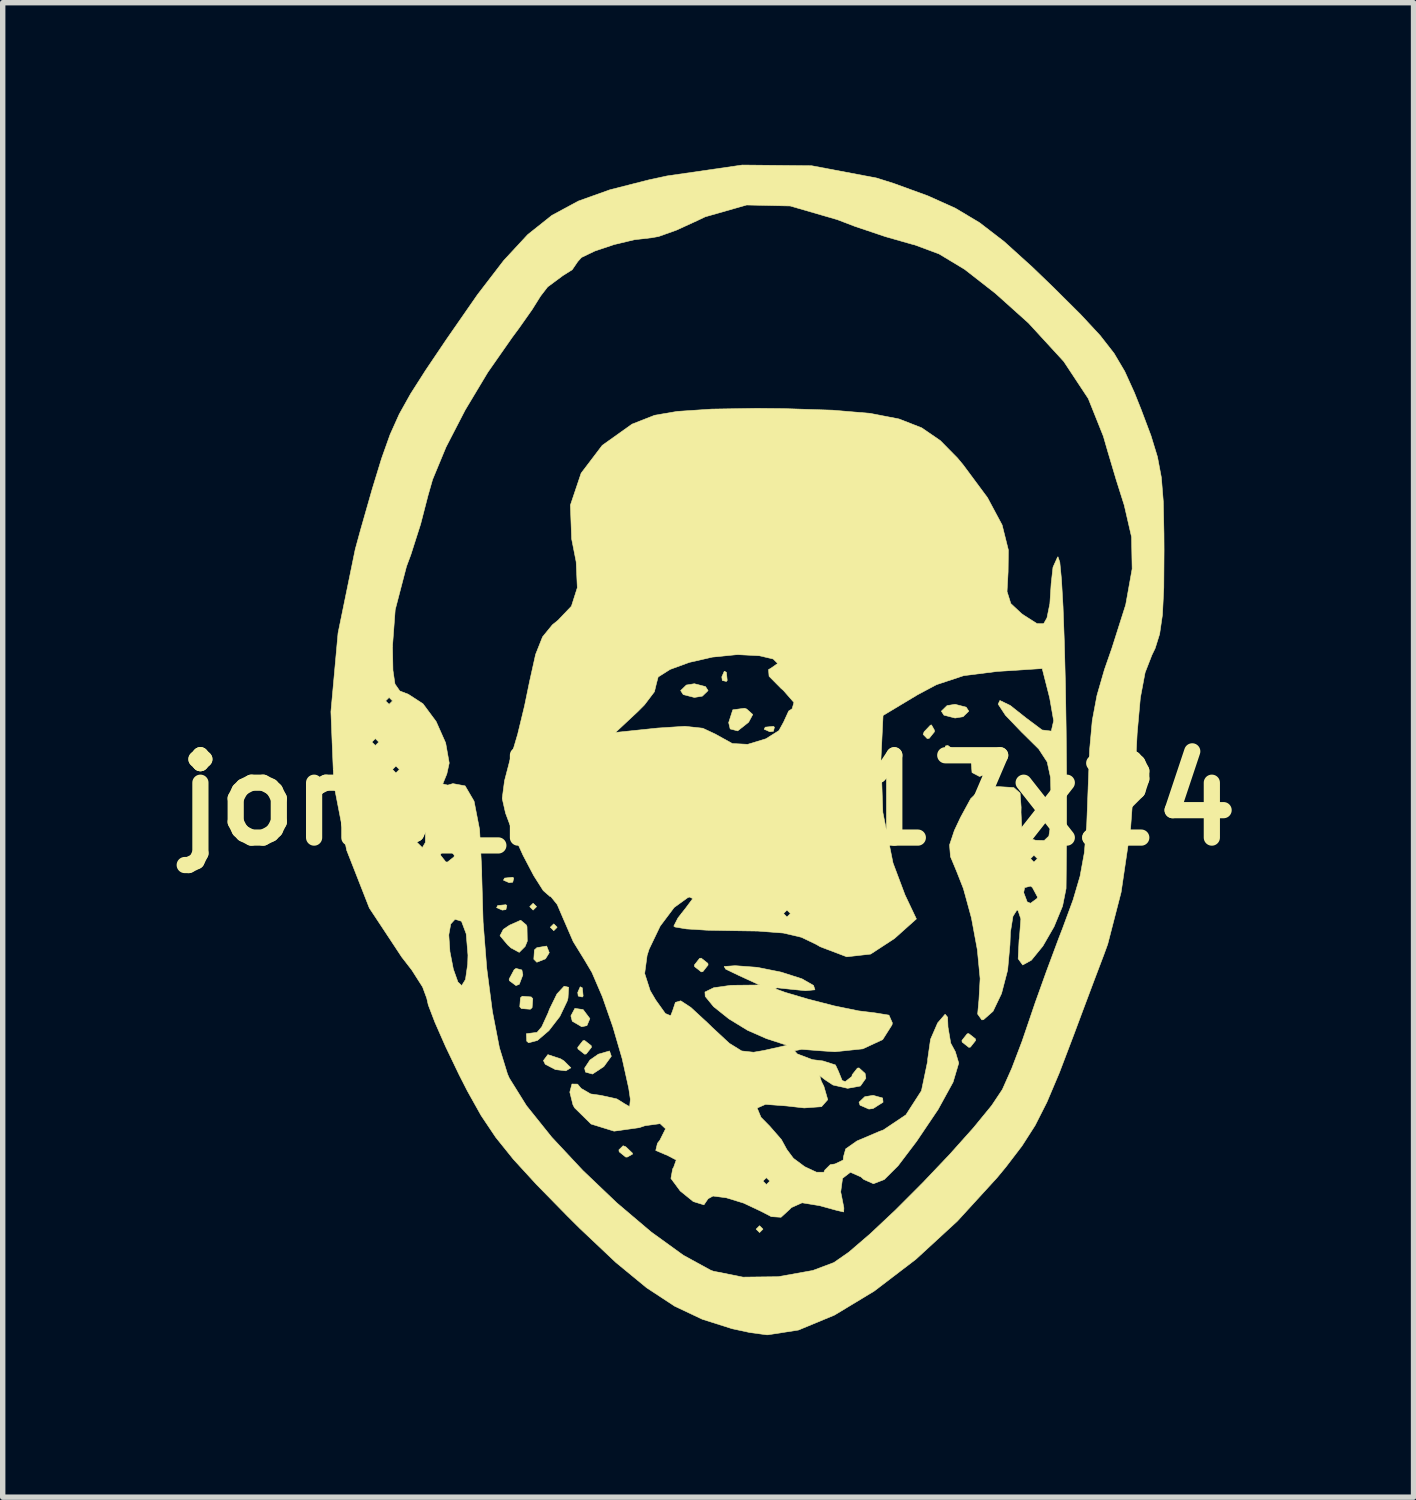
<source format=kicad_pcb>
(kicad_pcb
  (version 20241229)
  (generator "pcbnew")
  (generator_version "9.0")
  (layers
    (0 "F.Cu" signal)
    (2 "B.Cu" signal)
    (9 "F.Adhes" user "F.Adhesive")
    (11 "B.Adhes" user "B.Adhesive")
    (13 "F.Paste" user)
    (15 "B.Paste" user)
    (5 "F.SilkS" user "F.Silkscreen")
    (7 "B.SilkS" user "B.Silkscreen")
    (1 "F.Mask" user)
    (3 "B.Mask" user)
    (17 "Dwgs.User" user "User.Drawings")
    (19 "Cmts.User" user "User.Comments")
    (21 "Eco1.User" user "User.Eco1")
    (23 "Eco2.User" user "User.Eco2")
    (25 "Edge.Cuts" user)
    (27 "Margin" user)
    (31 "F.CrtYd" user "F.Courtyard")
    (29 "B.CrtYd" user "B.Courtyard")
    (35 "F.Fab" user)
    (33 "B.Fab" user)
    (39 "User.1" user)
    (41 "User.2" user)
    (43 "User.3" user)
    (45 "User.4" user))
  (footprint "jons_head_17x24"
    (layer "F.Cu")
    (at 10.058 11.766)
    (property "Reference" "jons_head_17x24" (at 0 0 0) (layer "F.SilkS") (effects (font (size 1.524 1.524) (thickness 0.3))))
    (attr through_hole)
    (fp_poly (pts (xy -3.175 1.968) (xy -3.239 2.032) (xy -3.302 1.968) (xy -3.239 1.905) (xy -3.175 1.968)) (stroke (width 0.01) (type solid)) (fill yes) (layer "F.SilkS"))
    (fp_poly (pts (xy -2.794 2.349) (xy -2.857 2.413) (xy -2.921 2.349) (xy -2.857 2.286) (xy -2.794 2.349)) (stroke (width 0.01) (type solid)) (fill yes) (layer "F.SilkS"))
    (fp_poly (pts (xy 1.016 7.938) (xy 0.953 8.001) (xy 0.889 7.938) (xy 0.953 7.874) (xy 1.016 7.938)) (stroke (width 0.01) (type solid)) (fill yes) (layer "F.SilkS"))
    (fp_poly (pts (xy -3.725 1.947) (xy -3.743 2.023) (xy -3.81 2.032) (xy -3.915 1.986) (xy -3.895 1.947) (xy -3.744 1.932) (xy -3.725 1.947)) (stroke (width 0.01) (type solid)) (fill yes) (layer "F.SilkS"))
    (fp_poly (pts (xy -3.598 1.439) (xy -3.616 1.515) (xy -3.683 1.524) (xy -3.788 1.478) (xy -3.768 1.439) (xy -3.617 1.424) (xy -3.598 1.439)) (stroke (width 0.01) (type solid)) (fill yes) (layer "F.SilkS"))
    (fp_poly (pts (xy -2.328 3.471) (xy -2.313 3.622) (xy -2.328 3.641) (xy -2.404 3.623) (xy -2.413 3.556) (xy -2.367 3.451) (xy -2.328 3.471)) (stroke (width 0.01) (type solid)) (fill yes) (layer "F.SilkS"))
    (fp_poly (pts (xy 0.339 -2.371) (xy 0.354 -2.22) (xy 0.339 -2.201) (xy 0.263 -2.219) (xy 0.254 -2.286) (xy 0.3 -2.391) (xy 0.339 -2.371)) (stroke (width 0.01) (type solid)) (fill yes) (layer "F.SilkS"))
    (fp_poly (pts (xy 1.228 -1.355) (xy 1.21 -1.279) (xy 1.143 -1.27) (xy 1.038 -1.316) (xy 1.058 -1.355) (xy 1.209 -1.37) (xy 1.228 -1.355)) (stroke (width 0.01) (type solid)) (fill yes) (layer "F.SilkS"))
    (fp_poly (pts (xy -2.94 2.82) (xy -3.01 2.934) (xy -3.17 2.997) (xy -3.226 2.941) (xy -3.215 2.769) (xy -3.169 2.727) (xy -2.988 2.697) (xy -2.94 2.82)) (stroke (width 0.01) (type solid)) (fill yes) (layer "F.SilkS"))
    (fp_poly (pts (xy -2.314 3.873) (xy -2.188 4.04) (xy -2.243 4.17) (xy -2.339 4.191) (xy -2.514 4.089) (xy -2.54 3.99) (xy -2.466 3.851) (xy -2.314 3.873)) (stroke (width 0.01) (type solid)) (fill yes) (layer "F.SilkS"))
    (fp_poly (pts (xy -3.447 3.14) (xy -3.429 3.231) (xy -3.495 3.405) (xy -3.556 3.429) (xy -3.679 3.338) (xy -3.683 3.309) (xy -3.591 3.137) (xy -3.556 3.111) (xy -3.447 3.14)) (stroke (width 0.01) (type solid)) (fill yes) (layer "F.SilkS"))
    (fp_poly (pts (xy -3.274 3.639) (xy -3.245 3.672) (xy -3.258 3.838) (xy -3.291 3.867) (xy -3.457 3.854) (xy -3.486 3.821) (xy -3.473 3.655) (xy -3.44 3.626) (xy -3.274 3.639)) (stroke (width 0.01) (type solid)) (fill yes) (layer "F.SilkS"))
    (fp_poly (pts (xy -2.732 4.784) (xy -2.671 4.821) (xy -2.54 4.951) (xy -2.633 5.007) (xy -2.826 4.984) (xy -3.014 4.886) (xy -3.048 4.817) (xy -2.966 4.707) (xy -2.732 4.784)) (stroke (width 0.01) (type solid)) (fill yes) (layer "F.SilkS"))
    (fp_poly (pts (xy -2.163 4.542) (xy -2.159 4.572) (xy -2.256 4.695) (xy -2.286 4.699) (xy -2.409 4.602) (xy -2.413 4.572) (xy -2.316 4.449) (xy -2.286 4.445) (xy -2.163 4.542)) (stroke (width 0.01) (type solid)) (fill yes) (layer "F.SilkS"))
    (fp_poly (pts (xy -1.791 4.737) (xy -1.93 4.928) (xy -2.14 5.067) (xy -2.27 5.03) (xy -2.286 4.957) (xy -2.187 4.807) (xy -2.032 4.699) (xy -1.825 4.639) (xy -1.791 4.737)) (stroke (width 0.01) (type solid)) (fill yes) (layer "F.SilkS"))
    (fp_poly (pts (xy -1.524 6.413) (xy -1.403 6.528) (xy -1.397 6.548) (xy -1.495 6.603) (xy -1.524 6.604) (xy -1.646 6.506) (xy -1.651 6.47) (xy -1.573 6.394) (xy -1.524 6.413)) (stroke (width 0.01) (type solid)) (fill yes) (layer "F.SilkS"))
    (fp_poly (pts (xy -0.048 -2.106) (xy 0 -2.032) (xy -0.106 -1.929) (xy -0.254 -1.905) (xy -0.46 -1.958) (xy -0.508 -2.032) (xy -0.402 -2.135) (xy -0.254 -2.159) (xy -0.048 -2.106)) (stroke (width 0.01) (type solid)) (fill yes) (layer "F.SilkS"))
    (fp_poly (pts (xy -0.004 3.018) (xy 0 3.048) (xy -0.097 3.171) (xy -0.127 3.175) (xy -0.25 3.078) (xy -0.254 3.048) (xy -0.157 2.925) (xy -0.127 2.921) (xy -0.004 3.018)) (stroke (width 0.01) (type solid)) (fill yes) (layer "F.SilkS"))
    (fp_poly (pts (xy 0.714 -1.691) (xy 0.827 -1.589) (xy 0.75 -1.446) (xy 0.548 -1.286) (xy 0.409 -1.322) (xy 0.381 -1.439) (xy 0.457 -1.676) (xy 0.673 -1.705) (xy 0.714 -1.691)) (stroke (width 0.01) (type solid)) (fill yes) (layer "F.SilkS"))
    (fp_poly (pts (xy 3.231 5.51) (xy 3.239 5.588) (xy 3.055 5.705) (xy 2.977 5.715) (xy 2.813 5.644) (xy 2.794 5.588) (xy 2.901 5.486) (xy 3.055 5.461) (xy 3.231 5.51)) (stroke (width 0.01) (type solid)) (fill yes) (layer "F.SilkS"))
    (fp_poly (pts (xy 4.19 -1.299) (xy 4.191 -1.27) (xy 4.093 -1.148) (xy 4.057 -1.143) (xy 3.981 -1.221) (xy 4 -1.27) (xy 4.115 -1.391) (xy 4.135 -1.397) (xy 4.19 -1.299)) (stroke (width 0.01) (type solid)) (fill yes) (layer "F.SilkS"))
    (fp_poly (pts (xy 4.567 -0.924) (xy 4.572 -0.889) (xy 4.529 -0.765) (xy 4.516 -0.762) (xy 4.408 -0.851) (xy 4.381 -0.889) (xy 4.392 -1.006) (xy 4.438 -1.016) (xy 4.567 -0.924)) (stroke (width 0.01) (type solid)) (fill yes) (layer "F.SilkS"))
    (fp_poly (pts (xy 4.778 -1.725) (xy 4.826 -1.651) (xy 4.72 -1.548) (xy 4.572 -1.524) (xy 4.366 -1.577) (xy 4.318 -1.651) (xy 4.424 -1.754) (xy 4.572 -1.778) (xy 4.778 -1.725)) (stroke (width 0.01) (type solid)) (fill yes) (layer "F.SilkS"))
    (fp_poly (pts (xy 4.949 4.415) (xy 4.953 4.445) (xy 4.856 4.568) (xy 4.826 4.572) (xy 4.703 4.475) (xy 4.699 4.445) (xy 4.796 4.322) (xy 4.826 4.318) (xy 4.949 4.415)) (stroke (width 0.01) (type solid)) (fill yes) (layer "F.SilkS"))
    (fp_poly (pts (xy 5.387 -0.823) (xy 5.384 -0.708) (xy 5.229 -0.514) (xy 5.024 -0.442) (xy 4.886 -0.514) (xy 4.87 -0.72) (xy 5.047 -0.863) (xy 5.211 -0.889) (xy 5.387 -0.823)) (stroke (width 0.01) (type solid)) (fill yes) (layer "F.SilkS"))
    (fp_poly (pts (xy -3.365 2.307) (xy -3.352 2.339) (xy -3.347 2.607) (xy -3.387 2.705) (xy -3.496 2.814) (xy -3.648 2.732) (xy -3.709 2.676) (xy -3.852 2.506) (xy -3.791 2.388) (xy -3.674 2.31) (xy -3.469 2.219) (xy -3.365 2.307)) (stroke (width 0.01) (type solid)) (fill yes) (layer "F.SilkS"))
    (fp_poly (pts (xy -2.581 3.46) (xy -2.593 3.66) (xy -2.608 3.715) (xy -2.744 4) (xy -2.947 4.263) (xy -3.16 4.445) (xy -3.322 4.488) (xy -3.357 4.458) (xy -3.364 4.32) (xy -3.166 4.295) (xy -3.08 4.194) (xy -2.961 3.934) (xy -2.936 3.866) (xy -2.798 3.584) (xy -2.665 3.441) (xy -2.581 3.46)) (stroke (width 0.01) (type solid)) (fill yes) (layer "F.SilkS"))
    (fp_poly (pts (xy 1.917 -11.748) (xy 3.118 -11.521) (xy 3.438 -11.42) (xy 4.067 -11.191) (xy 4.575 -10.963) (xy 5.024 -10.695) (xy 5.479 -10.345) (xy 6.001 -9.873) (xy 6.394 -9.494) (xy 6.898 -8.993) (xy 7.258 -8.605) (xy 7.516 -8.274) (xy 7.713 -7.941) (xy 7.892 -7.547) (xy 8.015 -7.239) (xy 8.198 -6.753) (xy 8.319 -6.358) (xy 8.391 -5.976) (xy 8.427 -5.528) (xy 8.439 -4.936) (xy 8.441 -4.636) (xy 8.436 -3.935) (xy 8.411 -3.435) (xy 8.359 -3.079) (xy 8.276 -2.814) (xy 8.216 -2.69) (xy 8.09 -2.366) (xy 8.002 -1.898) (xy 7.943 -1.241) (xy 7.926 -0.912) (xy 7.822 0.507) (xy 7.646 1.701) (xy 7.398 2.662) (xy 7.327 2.857) (xy 7.148 3.329) (xy 6.935 3.897) (xy 6.778 4.318) (xy 6.503 5.042) (xy 6.272 5.588) (xy 6.054 6.018) (xy 5.812 6.396) (xy 5.515 6.785) (xy 5.35 6.985) (xy 4.614 7.79) (xy 3.845 8.497) (xy 3.075 9.085) (xy 2.34 9.529) (xy 1.672 9.806) (xy 1.106 9.894) (xy 1.08 9.893) (xy 0.769 9.851) (xy 0.445 9.781) (xy -0.107 9.606) (xy -0.619 9.364) (xy -1.138 9.023) (xy -1.709 8.553) (xy -2.377 7.922) (xy -2.603 7.697) (xy -3.176 7.112) (xy -3.605 6.644) (xy -3.932 6.237) (xy -4.202 5.834) (xy -4.455 5.382) (xy -4.609 5.08) (xy -4.858 4.561) (xy -5.056 4.111) (xy -5.18 3.787) (xy -5.208 3.663) (xy -5.285 3.455) (xy -5.485 3.141) (xy -5.671 2.901) (xy -5.942 2.49) (xy -4.8 2.49) (xy -4.779 2.8) (xy -4.716 3.124) (xy -4.631 3.363) (xy -4.561 3.429) (xy -4.491 3.316) (xy -4.45 3.029) (xy -4.445 2.865) (xy -4.478 2.47) (xy -4.565 2.238) (xy -4.685 2.202) (xy -4.764 2.289) (xy -4.8 2.49) (xy -5.942 2.49) (xy -6.271 1.993) (xy -6.654 1.016) (xy -4.953 1.016) (xy -4.856 1.139) (xy -4.826 1.143) (xy -4.703 1.046) (xy -4.699 1.016) (xy -4.796 0.893) (xy -4.826 0.889) (xy -4.949 0.986) (xy -4.953 1.016) (xy -6.654 1.016) (xy -6.691 0.922) (xy -6.746 0.639) (xy -5.43 0.639) (xy -5.387 0.779) (xy -5.29 0.875) (xy -5.234 0.78) (xy -5.233 0.581) (xy -5.257 0.542) (xy -5.379 0.513) (xy -5.43 0.639) (xy -6.746 0.639) (xy -6.928 -0.295) (xy -6.939 -0.572) (xy -5.842 -0.572) (xy -5.779 -0.508) (xy -5.715 -0.572) (xy -5.779 -0.635) (xy -5.842 -0.572) (xy -6.939 -0.572) (xy -6.96 -1.079) (xy -6.223 -1.079) (xy -6.16 -1.016) (xy -6.096 -1.079) (xy -6.16 -1.143) (xy -6.223 -1.079) (xy -6.96 -1.079) (xy -6.982 -1.641) (xy -6.964 -1.841) (xy -5.969 -1.841) (xy -5.905 -1.778) (xy -5.842 -1.841) (xy -5.905 -1.905) (xy -5.969 -1.841) (xy -6.964 -1.841) (xy -6.872 -2.855) (xy -5.842 -2.855) (xy -5.834 -2.409) (xy -5.796 -2.153) (xy -5.707 -2.025) (xy -5.547 -1.963) (xy -5.546 -1.962) (xy -5.278 -1.788) (xy -5.034 -1.459) (xy -4.858 -1.063) (xy -4.792 -0.691) (xy -4.836 -0.49) (xy -4.912 -0.304) (xy -4.819 -0.282) (xy -4.724 -0.31) (xy -4.498 -0.268) (xy -4.332 0.016) (xy -4.23 0.54) (xy -4.19 1.3) (xy -4.19 1.384) (xy -4.165 2.252) (xy -4.097 3.112) (xy -3.993 3.907) (xy -3.863 4.579) (xy -3.713 5.067) (xy -3.679 5.144) (xy -3.363 5.651) (xy -2.894 6.236) (xy -2.319 6.851) (xy -1.689 7.452) (xy -1.053 7.991) (xy -0.458 8.421) (xy 0.044 8.696) (xy 0.096 8.716) (xy 0.645 8.826) (xy 1.297 8.818) (xy 1.938 8.703) (xy 2.329 8.556) (xy 2.605 8.364) (xy 3.002 8.023) (xy 3.475 7.578) (xy 3.979 7.073) (xy 4.473 6.553) (xy 4.911 6.063) (xy 5.25 5.649) (xy 5.446 5.355) (xy 5.447 5.354) (xy 5.623 4.958) (xy 5.812 4.461) (xy 5.904 4.191) (xy 6.056 3.744) (xy 6.264 3.164) (xy 6.49 2.557) (xy 6.562 2.371) (xy 6.757 1.842) (xy 6.886 1.404) (xy 6.965 0.971) (xy 7.009 0.457) (xy 7.035 -0.224) (xy 7.035 -0.233) (xy 7.063 -0.938) (xy 7.112 -1.479) (xy 7.199 -1.943) (xy 7.337 -2.42) (xy 7.475 -2.816) (xy 7.731 -3.621) (xy 7.85 -4.285) (xy 7.839 -4.877) (xy 7.703 -5.467) (xy 7.696 -5.488) (xy 7.554 -5.937) (xy 7.395 -6.471) (xy 7.317 -6.741) (xy 7.038 -7.438) (xy 6.584 -8.125) (xy 5.932 -8.835) (xy 5.319 -9.385) (xy 4.749 -9.83) (xy 4.274 -10.116) (xy 3.827 -10.282) (xy 3.775 -10.295) (xy 3.281 -10.436) (xy 2.714 -10.627) (xy 2.393 -10.75) (xy 1.52 -11.003) (xy 0.713 -11.021) (xy -0.054 -10.802) (xy -0.201 -10.732) (xy -0.59 -10.554) (xy -0.916 -10.438) (xy -1.046 -10.415) (xy -1.365 -10.378) (xy -1.742 -10.288) (xy -2.096 -10.169) (xy -2.344 -10.05) (xy -2.413 -9.973) (xy -2.515 -9.823) (xy -2.688 -9.714) (xy -2.97 -9.505) (xy -3.101 -9.335) (xy -3.259 -9.083) (xy -3.502 -8.738) (xy -3.625 -8.572) (xy -4.077 -7.925) (xy -4.497 -7.225) (xy -4.851 -6.54) (xy -5.1 -5.939) (xy -5.186 -5.638) (xy -5.321 -5.115) (xy -5.502 -4.548) (xy -5.583 -4.331) (xy -5.792 -3.529) (xy -5.842 -2.855) (xy -6.872 -2.855) (xy -6.85 -3.097) (xy -6.532 -4.647) (xy -6.431 -5.016) (xy -6.217 -5.765) (xy -6.044 -6.33) (xy -5.887 -6.771) (xy -5.717 -7.15) (xy -5.507 -7.526) (xy -5.23 -7.96) (xy -4.858 -8.512) (xy -4.839 -8.54) (xy -4.269 -9.361) (xy -3.783 -9.994) (xy -3.339 -10.473) (xy -2.892 -10.829) (xy -2.399 -11.095) (xy -1.817 -11.303) (xy -1.102 -11.485) (xy -0.761 -11.559) (xy 0.633 -11.761) (xy 1.917 -11.748)) (stroke (width 0.01) (type solid)) (fill yes) (layer "F.SilkS"))
    (fp_poly (pts (xy 1.397 -7.252) (xy 2.303 -7.223) (xy 3 -7.164) (xy 3.535 -7.06) (xy 3.953 -6.897) (xy 4.299 -6.66) (xy 4.618 -6.336) (xy 4.724 -6.208) (xy 5.172 -5.604) (xy 5.443 -5.098) (xy 5.559 -4.634) (xy 5.554 -4.231) (xy 5.534 -3.866) (xy 5.604 -3.643) (xy 5.804 -3.456) (xy 5.844 -3.428) (xy 6.089 -3.272) (xy 6.212 -3.27) (xy 6.273 -3.377) (xy 6.327 -3.641) (xy 6.35 -3.998) (xy 6.35 -4.003) (xy 6.385 -4.316) (xy 6.469 -4.502) (xy 6.477 -4.509) (xy 6.511 -4.409) (xy 6.542 -4.089) (xy 6.571 -3.583) (xy 6.595 -2.924) (xy 6.615 -2.148) (xy 6.629 -1.287) (xy 6.637 -0.376) (xy 6.637 0.552) (xy 6.629 1.462) (xy 6.627 1.633) (xy 6.562 1.958) (xy 6.405 2.338) (xy 6.198 2.697) (xy 5.985 2.959) (xy 5.824 3.048) (xy 5.74 2.932) (xy 5.757 2.585) (xy 5.764 2.54) (xy 5.79 2.195) (xy 5.737 2.037) (xy 5.716 2.032) (xy 5.644 2.146) (xy 5.597 2.439) (xy 5.588 2.673) (xy 5.545 3.144) (xy 5.432 3.577) (xy 5.275 3.905) (xy 5.099 4.06) (xy 5.067 4.064) (xy 4.99 3.956) (xy 5.014 3.694) (xy 5.036 3.301) (xy 4.984 2.764) (xy 4.875 2.176) (xy 4.747 1.707) (xy 5.842 1.707) (xy 5.908 1.881) (xy 5.969 1.905) (xy 6.092 1.814) (xy 6.096 1.785) (xy 6.004 1.613) (xy 5.969 1.587) (xy 5.86 1.616) (xy 5.842 1.707) (xy 4.747 1.707) (xy 4.725 1.63) (xy 4.603 1.32) (xy 4.503 1.079) (xy 5.969 1.079) (xy 6.032 1.143) (xy 6.096 1.079) (xy 6.032 1.016) (xy 5.969 1.079) (xy 4.503 1.079) (xy 4.487 1.043) (xy 4.47 0.825) (xy 4.559 0.558) (xy 4.673 0.316) (xy 4.861 -0.03) (xy 5.033 -0.198) (xy 5.266 -0.251) (xy 5.379 -0.254) (xy 5.659 -0.237) (xy 5.776 -0.134) (xy 5.795 0.129) (xy 5.793 0.222) (xy 5.808 0.544) (xy 5.905 0.693) (xy 6.064 0.739) (xy 6.222 0.743) (xy 6.308 0.662) (xy 6.343 0.439) (xy 6.35 0.018) (xy 6.35 0.013) (xy 6.339 -0.425) (xy 6.277 -0.711) (xy 6.121 -0.95) (xy 5.826 -1.242) (xy 5.811 -1.256) (xy 5.505 -1.575) (xy 5.37 -1.781) (xy 5.402 -1.849) (xy 5.593 -1.757) (xy 5.881 -1.529) (xy 6.183 -1.303) (xy 6.353 -1.282) (xy 6.397 -1.474) (xy 6.325 -1.887) (xy 6.31 -1.949) (xy 6.185 -2.44) (xy 5.347 -2.386) (xy 4.731 -2.308) (xy 4.227 -2.141) (xy 3.873 -1.952) (xy 3.239 -1.571) (xy 3.2 -0.767) (xy 3.235 0.223) (xy 3.423 1.159) (xy 3.645 1.75) (xy 3.856 2.195) (xy 3.45 2.558) (xy 3.009 2.846) (xy 2.567 2.896) (xy 2.076 2.71) (xy 2.003 2.667) (xy 1.728 2.535) (xy 1.391 2.456) (xy 0.922 2.42) (xy 0.476 2.413) (xy -0.019 2.404) (xy -0.401 2.38) (xy -0.612 2.345) (xy -0.635 2.328) (xy -0.559 2.179) (xy -0.494 2.095) (xy 1.397 2.095) (xy 1.46 2.159) (xy 1.524 2.095) (xy 1.46 2.032) (xy 1.397 2.095) (xy -0.494 2.095) (xy -0.413 1.992) (xy -0.284 1.819) (xy -0.341 1.79) (xy -0.373 1.799) (xy -0.628 1.983) (xy -0.887 2.328) (xy -1.091 2.753) (xy -1.129 2.871) (xy -1.174 3.205) (xy -1.072 3.522) (xy -0.971 3.694) (xy -0.791 3.946) (xy -0.693 3.987) (xy -0.659 3.902) (xy -0.605 3.74) (xy -0.506 3.711) (xy -0.32 3.833) (xy -0.009 4.12) (xy 0.077 4.204) (xy 0.394 4.498) (xy 0.622 4.639) (xy 0.842 4.663) (xy 1.034 4.63) (xy 1.46 4.534) (xy 1.079 4.41) (xy 0.731 4.257) (xy 0.385 4.045) (xy 0.102 3.819) (xy -0.053 3.629) (xy -0.058 3.548) (xy 0.106 3.468) (xy 0.416 3.425) (xy 0.484 3.423) (xy 0.953 3.418) (xy 0.572 3.243) (xy 0.325 3.124) (xy 0.298 3.075) (xy 0.48 3.062) (xy 0.508 3.061) (xy 0.91 3.091) (xy 1.353 3.18) (xy 1.737 3.303) (xy 1.952 3.426) (xy 1.978 3.507) (xy 1.805 3.524) (xy 1.524 3.496) (xy 1.278 3.47) (xy 1.241 3.487) (xy 1.425 3.554) (xy 1.841 3.677) (xy 2.338 3.805) (xy 2.786 3.897) (xy 3.089 3.934) (xy 3.089 3.934) (xy 3.348 3.976) (xy 3.411 4.119) (xy 3.405 4.156) (xy 3.232 4.429) (xy 2.864 4.6) (xy 2.348 4.654) (xy 2.095 4.637) (xy 1.732 4.609) (xy 1.601 4.636) (xy 1.651 4.694) (xy 1.932 4.8) (xy 2.127 4.824) (xy 2.358 4.898) (xy 2.413 5.016) (xy 2.482 5.186) (xy 2.54 5.207) (xy 2.663 5.11) (xy 2.667 5.08) (xy 2.764 4.957) (xy 2.794 4.953) (xy 2.907 5.056) (xy 2.921 5.144) (xy 2.82 5.288) (xy 2.584 5.331) (xy 2.313 5.27) (xy 2.169 5.175) (xy 2.065 5.095) (xy 2.096 5.199) (xy 2.144 5.295) (xy 2.215 5.541) (xy 2.1 5.671) (xy 1.779 5.694) (xy 1.451 5.657) (xy 1.063 5.628) (xy 0.908 5.696) (xy 0.979 5.867) (xy 1.14 6.03) (xy 1.357 6.279) (xy 1.457 6.462) (xy 1.579 6.626) (xy 1.789 6.782) (xy 2.005 6.883) (xy 2.144 6.884) (xy 2.159 6.846) (xy 2.262 6.744) (xy 2.349 6.731) (xy 2.5 6.659) (xy 2.508 6.592) (xy 2.547 6.452) (xy 2.755 6.306) (xy 3.168 6.13) (xy 3.246 6.101) (xy 3.662 5.822) (xy 3.95 5.375) (xy 4.064 4.83) (xy 4.064 4.799) (xy 4.118 4.423) (xy 4.249 4.122) (xy 4.25 4.12) (xy 4.388 3.959) (xy 4.434 4.015) (xy 4.441 4.197) (xy 4.492 4.496) (xy 4.577 4.653) (xy 4.64 4.864) (xy 4.535 5.217) (xy 4.258 5.722) (xy 3.861 6.311) (xy 3.517 6.765) (xy 3.261 7.02) (xy 3.061 7.097) (xy 2.882 7.018) (xy 2.83 6.971) (xy 2.634 6.885) (xy 2.489 6.997) (xy 2.455 7.249) (xy 2.469 7.316) (xy 2.514 7.546) (xy 2.51 7.62) (xy 2.377 7.589) (xy 2.101 7.513) (xy 2.07 7.504) (xy 1.74 7.45) (xy 1.541 7.539) (xy 1.515 7.567) (xy 1.35 7.718) (xy 1.17 7.706) (xy 0.975 7.605) (xy 0.659 7.456) (xy 0.337 7.357) (xy 0.091 7.325) (xy 0 7.375) (xy -0.077 7.488) (xy -0.274 7.427) (xy -0.516 7.231) (xy -0.651 7.048) (xy 1.016 7.048) (xy 1.079 7.112) (xy 1.143 7.048) (xy 1.079 6.985) (xy 1.016 7.048) (xy -0.651 7.048) (xy -0.688 6.999) (xy -0.655 6.819) (xy -0.641 6.802) (xy -0.59 6.658) (xy -0.763 6.567) (xy -0.78 6.562) (xy -0.969 6.481) (xy -0.937 6.348) (xy -0.892 6.29) (xy -0.787 6.08) (xy -0.888 5.985) (xy -1.168 6.023) (xy -1.275 6.059) (xy -1.74 6.124) (xy -2.166 5.992) (xy -2.472 5.691) (xy -2.502 5.634) (xy -2.56 5.401) (xy -2.52 5.251) (xy -2.416 5.253) (xy -2.351 5.332) (xy -2.173 5.435) (xy -1.986 5.461) (xy -1.689 5.527) (xy -1.547 5.616) (xy -1.452 5.67) (xy -1.439 5.534) (xy -1.469 5.33) (xy -1.59 4.784) (xy -1.762 4.194) (xy -1.957 3.635) (xy -2.15 3.186) (xy -2.288 2.953) (xy -2.497 2.614) (xy -2.668 2.219) (xy -2.67 2.215) (xy -2.793 1.928) (xy -2.911 1.782) (xy -2.929 1.778) (xy -3.052 1.67) (xy -3.228 1.393) (xy -3.426 1.016) (xy -3.611 0.607) (xy -3.75 0.235) (xy -3.81 -0.03) (xy -3.81 -0.044) (xy -3.768 -0.364) (xy -3.664 -0.763) (xy -3.638 -0.841) (xy -3.523 -1.231) (xy -3.517 -1.257) (xy -1.714 -1.257) (xy -0.927 -1.339) (xy -0.429 -1.371) (xy -0.098 -1.335) (xy 0.144 -1.222) (xy 0.149 -1.218) (xy 0.449 -1.052) (xy 0.733 -1.037) (xy 1.071 -1.14) (xy 1.311 -1.291) (xy 1.397 -1.447) (xy 1.492 -1.654) (xy 1.556 -1.696) (xy 1.589 -1.812) (xy 1.395 -2.034) (xy 1.351 -2.072) (xy 1.129 -2.297) (xy 1.119 -2.421) (xy 1.16 -2.444) (xy 1.289 -2.534) (xy 1.205 -2.617) (xy 0.949 -2.677) (xy 0.562 -2.697) (xy 0.521 -2.696) (xy 0.081 -2.652) (xy -0.347 -2.554) (xy -0.703 -2.424) (xy -0.924 -2.284) (xy -0.956 -2.165) (xy -0.993 -2.011) (xy -1.177 -1.768) (xy -1.296 -1.648) (xy -1.714 -1.257) (xy -3.517 -1.257) (xy -3.398 -1.748) (xy -3.305 -2.199) (xy -3.193 -2.702) (xy -3.064 -3.027) (xy -2.882 -3.25) (xy -2.778 -3.334) (xy -2.53 -3.594) (xy -2.421 -3.936) (xy -2.442 -4.414) (xy -2.526 -4.841) (xy -2.549 -5.465) (xy -2.35 -6.057) (xy -1.959 -6.572) (xy -1.407 -6.965) (xy -0.989 -7.129) (xy -0.572 -7.2) (xy 0.068 -7.243) (xy 0.9 -7.257) (xy 1.397 -7.252)) (stroke (width 0.01) (type solid)) (fill yes) (layer "F.SilkS")))
  (gr_rect
    (start -3 -3)
    (end 23.117 24.665)
    (stroke (width 0.1) (type default))
    (fill no)
    (layer "Edge.Cuts")))
</source>
